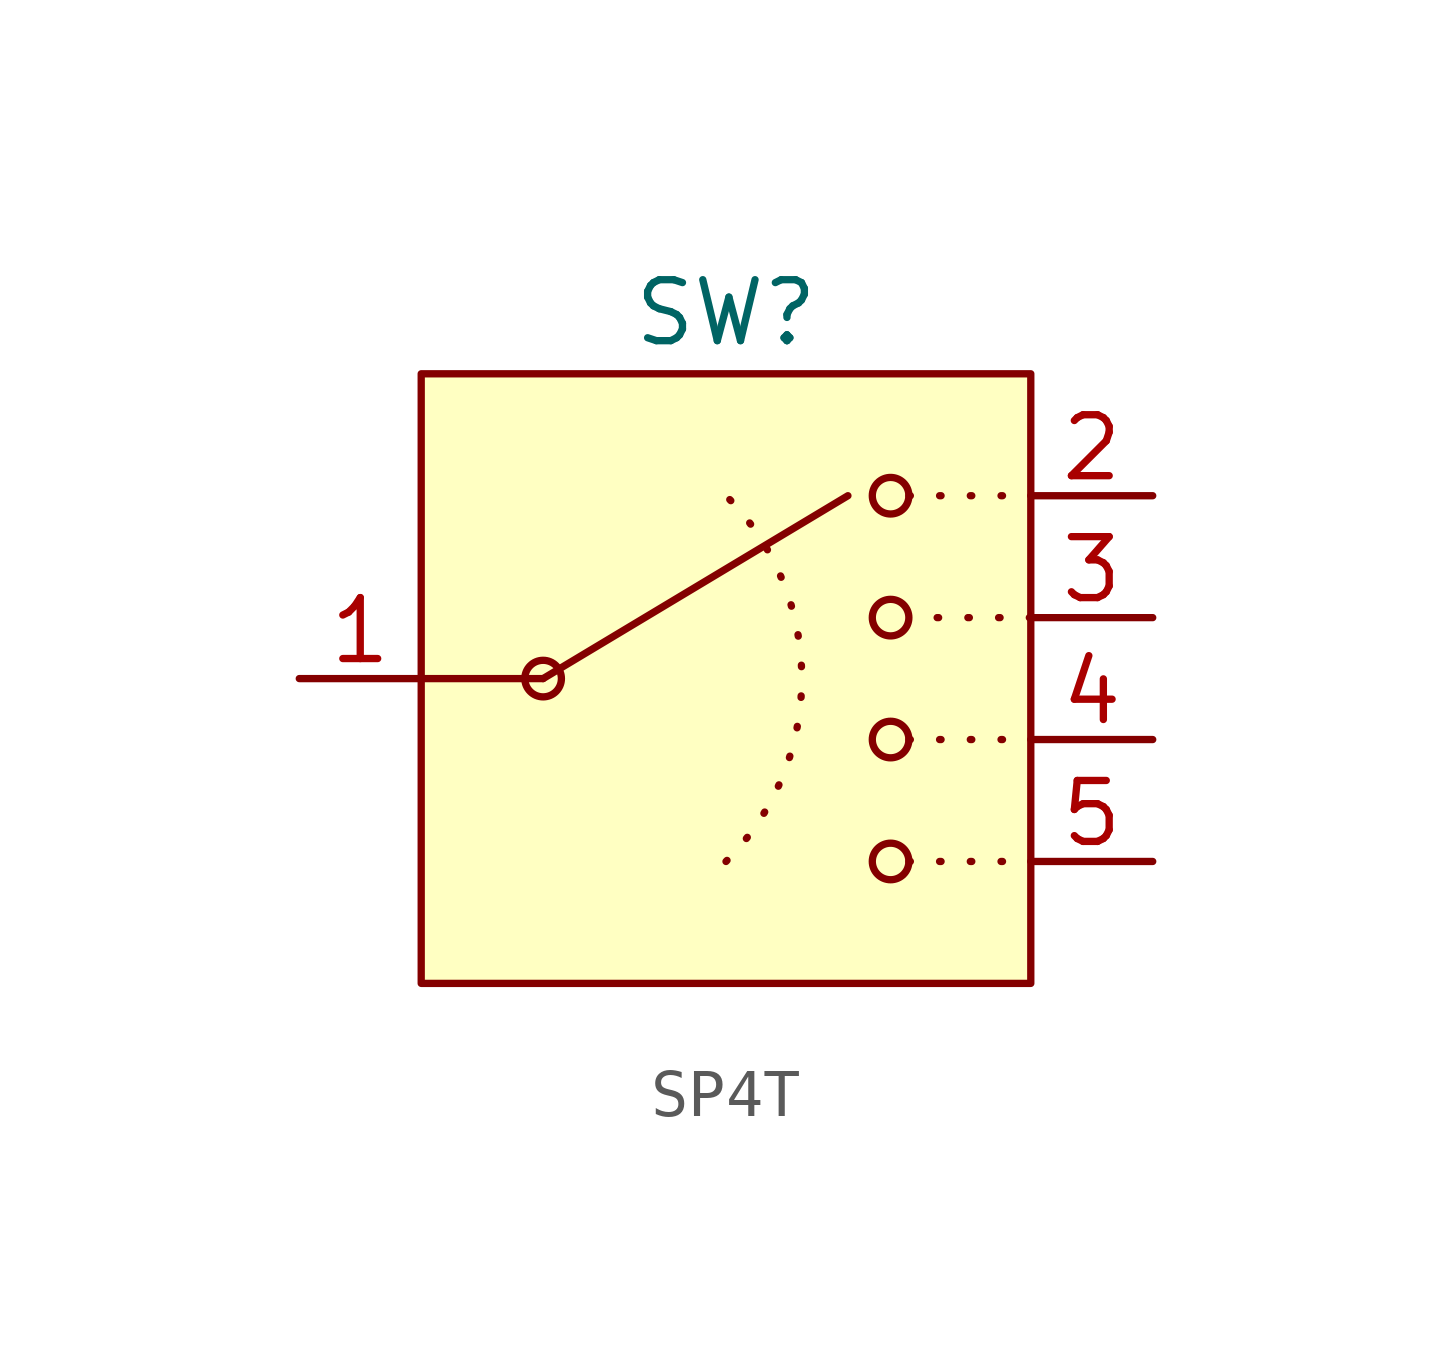
<source format=kicad_sym>
(kicad_symbol_lib
  (version 20220914)
  (generator kicad_symbol_editor)
  (symbol "SP4T"
    (property "Reference" "SW"
      (at 0 7.62 0)
      (effects (font (size 1.27 1.27))))
    (property "Value" ""
      (at 2.54 1.27 0)
      (effects (font (size 1.27 1.27))))
    (symbol "SP4T_0_1"
      (circle (center -3.81 0) (radius 0.381) (stroke (width 0) (type default)) (fill (type none)))
      (polyline (pts (xy -3.81 0) (xy 2.54 3.81)) (stroke (width 0) (type default)) (fill (type none)))
      (circle (center 3.429 -3.81) (radius 0.381) (stroke (width 0) (type default)) (fill (type none)))
      (circle (center 3.429 -1.27) (radius 0.381) (stroke (width 0) (type default)) (fill (type none)))
      (circle (center 3.429 1.27) (radius 0.381) (stroke (width 0) (type default)) (fill (type none)))
      (circle (center 3.429 3.81) (radius 0.381) (stroke (width 0) (type default)) (fill (type none))))
    (symbol "SP4T_1_1"
      (rectangle (start -6.35 6.35) (end 6.35 -6.35) (stroke (width 0) (type default)) (fill (type background)))
      (arc (start 0 -3.81) (mid 1.5781 0) (end 0 3.81) (stroke (width 0) (type dot)) (fill (type none)))
      (polyline (pts (xy -6.35 0) (xy -3.81 0)) (stroke (width 0) (type default)) (fill (type none)))
      (polyline (pts (xy 3.81 -3.81) (xy 6.35 -3.81)) (stroke (width 0) (type default)) (fill (type none)))
      (polyline (pts (xy 3.81 -1.27) (xy 6.35 -1.27)) (stroke (width 0) (type default)) (fill (type none)))
      (polyline (pts (xy 3.81 3.81) (xy 6.35 3.81)) (stroke (width 0) (type default)) (fill (type none)))
      (polyline (pts (xy 6.35 1.27) (xy 3.81 1.27)) (stroke (width 0) (type default)) (fill (type none)))
      (pin passive line (at -8.89 0 0) (length 2.54) (name "" (effects (font (size 1.27 1.27)))) (number "1" (effects (font (size 1.27 1.27)))))
      (pin passive line (at 8.89 3.81 180) (length 2.54) (name "" (effects (font (size 1.27 1.27)))) (number "2" (effects (font (size 1.27 1.27)))))
      (pin passive line (at 8.89 1.27 180) (length 2.54) (name "" (effects (font (size 1.27 1.27)))) (number "3" (effects (font (size 1.27 1.27)))))
      (pin passive line (at 8.89 -1.27 180) (length 2.54) (name "" (effects (font (size 1.27 1.27)))) (number "4" (effects (font (size 1.27 1.27)))))
      (pin passive line (at 8.89 -3.81 180) (length 2.54) (name "" (effects (font (size 1.27 1.27)))) (number "5" (effects (font (size 1.27 1.27))))))))
</source>
